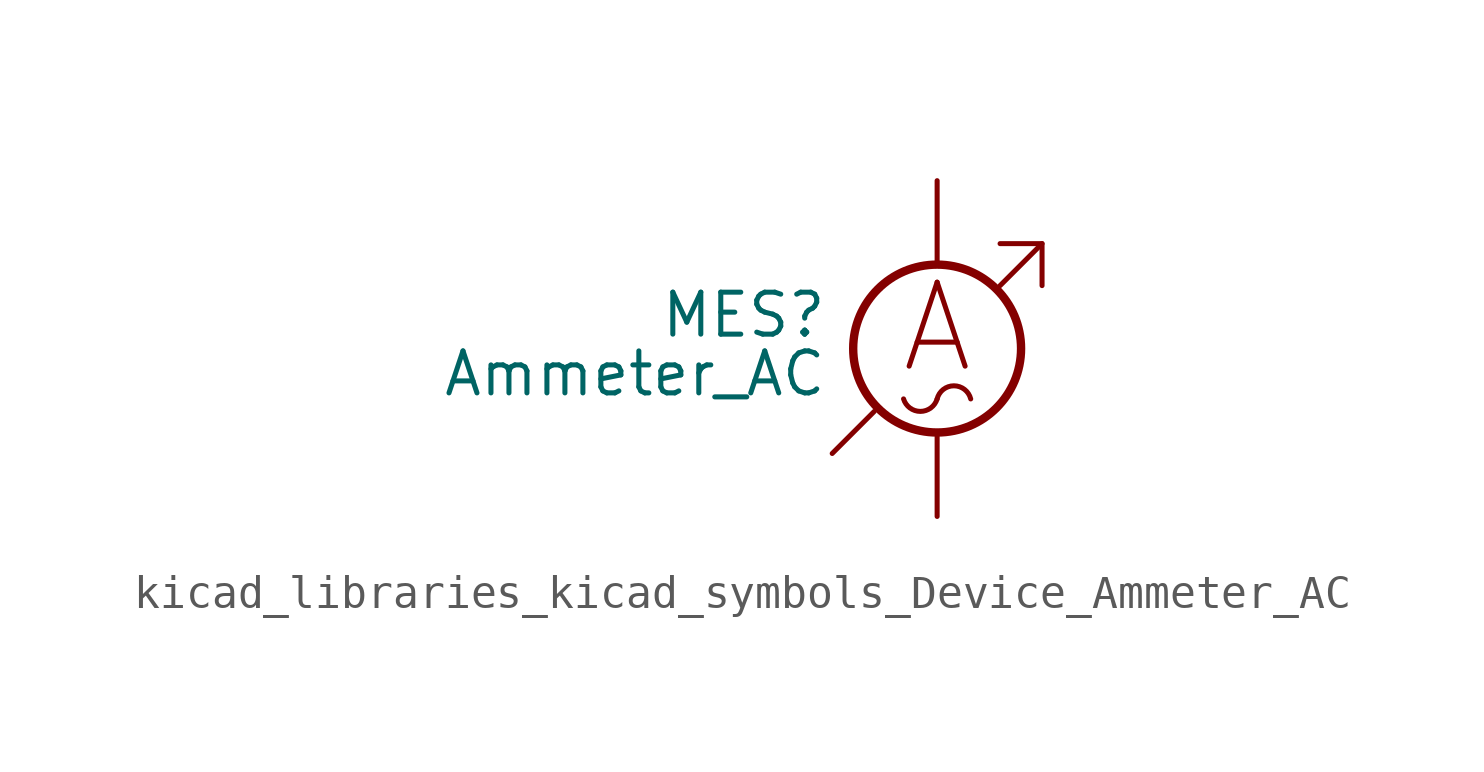
<source format=kicad_sym>
(kicad_symbol_lib
  (version 20220914)
  (generator kicad_symbol_editor)
  (symbol "kicad_libraries_kicad_symbols_Device_Ammeter_AC"
    (pin_numbers hide)
    (pin_names
      (offset 0.025) hide)
    (property "Reference" "MES"
      (at -3.302 1.016 0)
      (effects (font (size 1.27 1.27)) (justify right)))
    (property "Value" "Ammeter_AC"
      (at -3.302 -0.762 0)
      (effects (font (size 1.27 1.27)) (justify right)))
    (symbol "kicad_libraries_kicad_symbols_Device_Ammeter_AC_0_0"
      (polyline (pts (xy -3.175 -3.175) (xy -1.905 -1.905)) (stroke (width 0) (type default)) (fill (type none)))
      (polyline (pts (xy 1.905 1.905) (xy 3.175 3.175)) (stroke (width 0) (type default)) (fill (type none)))
      (polyline (pts (xy 1.905 3.175) (xy 3.175 3.175) (xy 3.175 1.905)) (stroke (width 0) (type default)) (fill (type none)))
      (text "A" (at 0 0.635 0) (effects (font (size 2.54 2.54)))))
    (symbol "kicad_libraries_kicad_symbols_Device_Ammeter_AC_0_1"
      (arc (start -1.016 -1.524) (mid -0.508 -1.902) (end 0 -1.524) (stroke (width 0) (type default)) (fill (type none)))
      (circle (center 0 0) (radius 2.54) (stroke (width 0.254) (type default)) (fill (type none)))
      (arc (start 1.016 -1.524) (mid 0.508 -1.1274) (end 0 -1.524) (stroke (width 0) (type default)) (fill (type none))))
    (symbol "kicad_libraries_kicad_symbols_Device_Ammeter_AC_1_1"
      (pin passive line (at 0 -5.08 90) (length 2.54) (name "~" (effects (font (size 1.27 1.27)))) (number "1" (effects (font (size 1.27 1.27)))))
      (pin passive line (at 0 5.08 270) (length 2.54) (name "~" (effects (font (size 1.27 1.27)))) (number "2" (effects (font (size 1.27 1.27))))))))
</source>
